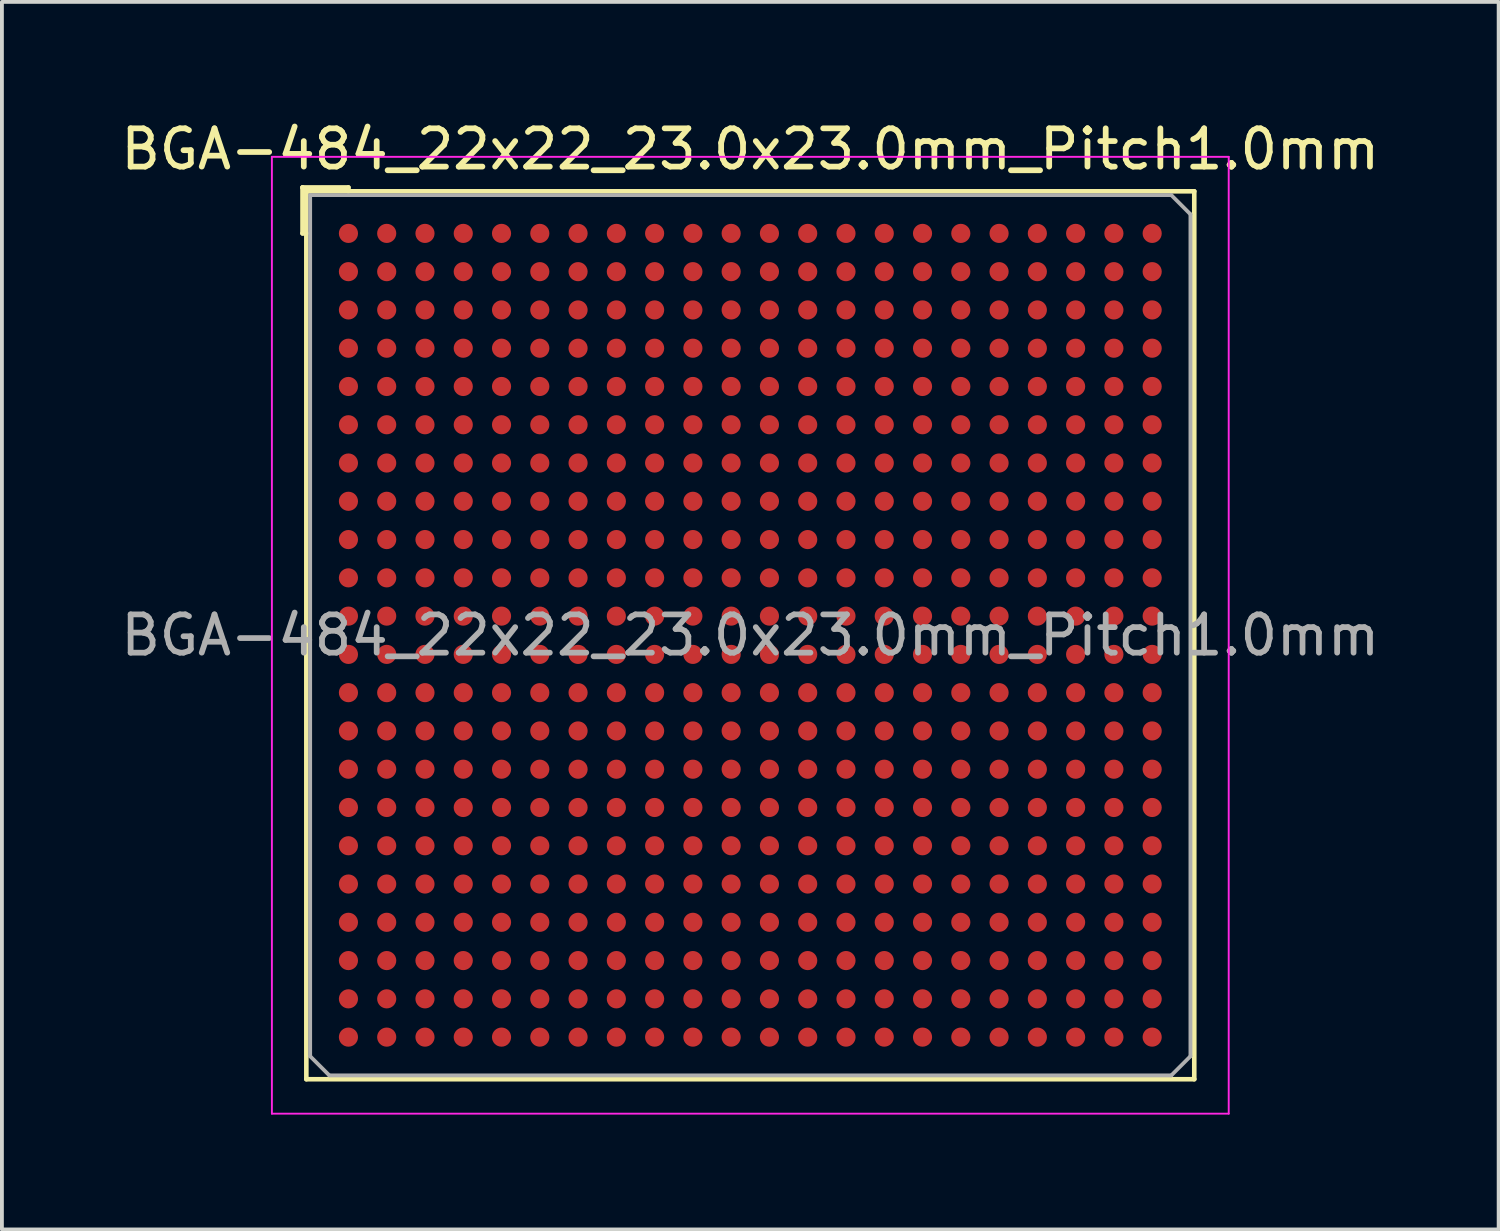
<source format=kicad_pcb>
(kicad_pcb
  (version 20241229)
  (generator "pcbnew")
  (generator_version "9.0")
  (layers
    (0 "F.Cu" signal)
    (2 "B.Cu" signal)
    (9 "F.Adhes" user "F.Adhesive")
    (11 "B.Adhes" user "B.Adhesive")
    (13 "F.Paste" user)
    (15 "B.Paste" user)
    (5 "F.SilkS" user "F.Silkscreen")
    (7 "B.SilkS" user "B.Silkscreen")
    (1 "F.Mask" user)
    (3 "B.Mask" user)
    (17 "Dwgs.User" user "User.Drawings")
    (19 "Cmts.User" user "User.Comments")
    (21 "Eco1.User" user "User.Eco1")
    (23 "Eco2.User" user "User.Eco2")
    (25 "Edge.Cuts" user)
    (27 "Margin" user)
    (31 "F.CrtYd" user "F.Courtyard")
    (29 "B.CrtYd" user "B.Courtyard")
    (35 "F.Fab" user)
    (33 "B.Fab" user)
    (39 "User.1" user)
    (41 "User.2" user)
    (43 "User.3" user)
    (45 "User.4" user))
  (footprint "BGA-484_22x22_23.0x23.0mm_Pitch1.0mm"
    (layer "F.Cu")
    (at 16.554 13.548)
    (property "Reference" "BGA-484_22x22_23.0x23.0mm_Pitch1.0mm" (at 0 -12.7 0) (layer "F.SilkS") (effects (font (size 1 1) (thickness 0.15))))
    (attr smd)
    (fp_line (start -11.7 -11.7) (end -11.7 -10.5) (stroke (width 0.12) (type solid)) (layer "F.SilkS"))
    (fp_line (start -11.7 -11.7) (end -11.6 -11.6) (stroke (width 0.12) (type solid)) (layer "F.SilkS"))
    (fp_line (start -11.7 -10.5) (end -11.6 -10.5) (stroke (width 0.12) (type solid)) (layer "F.SilkS"))
    (fp_line (start -11.6 -11.6) (end 11.6 -11.6) (stroke (width 0.12) (type solid)) (layer "F.SilkS"))
    (fp_line (start -11.6 11.6) (end -11.6 -11.6) (stroke (width 0.12) (type solid)) (layer "F.SilkS"))
    (fp_line (start -10.5 -11.7) (end -11.7 -11.7) (stroke (width 0.12) (type solid)) (layer "F.SilkS"))
    (fp_line (start -10.5 -11.6) (end -10.5 -11.7) (stroke (width 0.12) (type solid)) (layer "F.SilkS"))
    (fp_line (start 11.6 -11.6) (end 11.6 11.6) (stroke (width 0.12) (type solid)) (layer "F.SilkS"))
    (fp_line (start 11.6 11.6) (end -11.6 11.6) (stroke (width 0.12) (type solid)) (layer "F.SilkS"))
    (fp_line (start -12.5 -12.5) (end -12.5 12.5) (stroke (width 0.05) (type solid)) (layer "F.CrtYd"))
    (fp_line (start -12.5 -12.5) (end 12.5 -12.5) (stroke (width 0.05) (type solid)) (layer "F.CrtYd"))
    (fp_line (start 12.5 12.5) (end -12.5 12.5) (stroke (width 0.05) (type solid)) (layer "F.CrtYd"))
    (fp_line (start 12.5 12.5) (end 12.5 -12.5) (stroke (width 0.05) (type solid)) (layer "F.CrtYd"))
    (fp_line (start -11.5 -11.5) (end 11 -11.5) (stroke (width 0.1) (type solid)) (layer "F.Fab"))
    (fp_line (start -11.5 11) (end -11.5 -11.5) (stroke (width 0.1) (type solid)) (layer "F.Fab"))
    (fp_line (start -11 11.5) (end -11.5 11) (stroke (width 0.1) (type solid)) (layer "F.Fab"))
    (fp_line (start 11 -11.5) (end 11.5 -11) (stroke (width 0.1) (type solid)) (layer "F.Fab"))
    (fp_line (start 11 11.5) (end -11 11.5) (stroke (width 0.1) (type solid)) (layer "F.Fab"))
    (fp_line (start 11.5 -11) (end 11.5 11) (stroke (width 0.1) (type solid)) (layer "F.Fab"))
    (fp_line (start 11.5 11) (end 11 11.5) (stroke (width 0.1) (type solid)) (layer "F.Fab"))
    (fp_text user "${REFERENCE}" (at 0 0 0) (layer "F.Fab") (effects (font (size 1 1) (thickness 0.15))))
    (pad "A1" smd circle (at -10.5 -10.5) (size 0.5 0.5) (layers "F.Cu" "F.Mask" "F.Paste"))
    (pad "A2" smd circle (at -9.5 -10.5) (size 0.5 0.5) (layers "F.Cu" "F.Mask" "F.Paste"))
    (pad "A3" smd circle (at -8.5 -10.5) (size 0.5 0.5) (layers "F.Cu" "F.Mask" "F.Paste"))
    (pad "A4" smd circle (at -7.5 -10.5) (size 0.5 0.5) (layers "F.Cu" "F.Mask" "F.Paste"))
    (pad "A5" smd circle (at -6.5 -10.5) (size 0.5 0.5) (layers "F.Cu" "F.Mask" "F.Paste"))
    (pad "A6" smd circle (at -5.5 -10.5) (size 0.5 0.5) (layers "F.Cu" "F.Mask" "F.Paste"))
    (pad "A7" smd circle (at -4.5 -10.5) (size 0.5 0.5) (layers "F.Cu" "F.Mask" "F.Paste"))
    (pad "A8" smd circle (at -3.5 -10.5) (size 0.5 0.5) (layers "F.Cu" "F.Mask" "F.Paste"))
    (pad "A9" smd circle (at -2.5 -10.5) (size 0.5 0.5) (layers "F.Cu" "F.Mask" "F.Paste"))
    (pad "A10" smd circle (at -1.5 -10.5) (size 0.5 0.5) (layers "F.Cu" "F.Mask" "F.Paste"))
    (pad "A11" smd circle (at -0.5 -10.5) (size 0.5 0.5) (layers "F.Cu" "F.Mask" "F.Paste"))
    (pad "A12" smd circle (at 0.5 -10.5) (size 0.5 0.5) (layers "F.Cu" "F.Mask" "F.Paste"))
    (pad "A13" smd circle (at 1.5 -10.5) (size 0.5 0.5) (layers "F.Cu" "F.Mask" "F.Paste"))
    (pad "A14" smd circle (at 2.5 -10.5) (size 0.5 0.5) (layers "F.Cu" "F.Mask" "F.Paste"))
    (pad "A15" smd circle (at 3.5 -10.5) (size 0.5 0.5) (layers "F.Cu" "F.Mask" "F.Paste"))
    (pad "A16" smd circle (at 4.5 -10.5) (size 0.5 0.5) (layers "F.Cu" "F.Mask" "F.Paste"))
    (pad "A17" smd circle (at 5.5 -10.5) (size 0.5 0.5) (layers "F.Cu" "F.Mask" "F.Paste"))
    (pad "A18" smd circle (at 6.5 -10.5) (size 0.5 0.5) (layers "F.Cu" "F.Mask" "F.Paste"))
    (pad "A19" smd circle (at 7.5 -10.5) (size 0.5 0.5) (layers "F.Cu" "F.Mask" "F.Paste"))
    (pad "A20" smd circle (at 8.5 -10.5) (size 0.5 0.5) (layers "F.Cu" "F.Mask" "F.Paste"))
    (pad "A21" smd circle (at 9.5 -10.5) (size 0.5 0.5) (layers "F.Cu" "F.Mask" "F.Paste"))
    (pad "A22" smd circle (at 10.5 -10.5) (size 0.5 0.5) (layers "F.Cu" "F.Mask" "F.Paste"))
    (pad "AA1" smd circle (at -10.5 9.5) (size 0.5 0.5) (layers "F.Cu" "F.Mask" "F.Paste"))
    (pad "AA2" smd circle (at -9.5 9.5) (size 0.5 0.5) (layers "F.Cu" "F.Mask" "F.Paste"))
    (pad "AA3" smd circle (at -8.5 9.5) (size 0.5 0.5) (layers "F.Cu" "F.Mask" "F.Paste"))
    (pad "AA4" smd circle (at -7.5 9.5) (size 0.5 0.5) (layers "F.Cu" "F.Mask" "F.Paste"))
    (pad "AA5" smd circle (at -6.5 9.5) (size 0.5 0.5) (layers "F.Cu" "F.Mask" "F.Paste"))
    (pad "AA6" smd circle (at -5.5 9.5) (size 0.5 0.5) (layers "F.Cu" "F.Mask" "F.Paste"))
    (pad "AA7" smd circle (at -4.5 9.5) (size 0.5 0.5) (layers "F.Cu" "F.Mask" "F.Paste"))
    (pad "AA8" smd circle (at -3.5 9.5) (size 0.5 0.5) (layers "F.Cu" "F.Mask" "F.Paste"))
    (pad "AA9" smd circle (at -2.5 9.5) (size 0.5 0.5) (layers "F.Cu" "F.Mask" "F.Paste"))
    (pad "AA10" smd circle (at -1.5 9.5) (size 0.5 0.5) (layers "F.Cu" "F.Mask" "F.Paste"))
    (pad "AA11" smd circle (at -0.5 9.5) (size 0.5 0.5) (layers "F.Cu" "F.Mask" "F.Paste"))
    (pad "AA12" smd circle (at 0.5 9.5) (size 0.5 0.5) (layers "F.Cu" "F.Mask" "F.Paste"))
    (pad "AA13" smd circle (at 1.5 9.5) (size 0.5 0.5) (layers "F.Cu" "F.Mask" "F.Paste"))
    (pad "AA14" smd circle (at 2.5 9.5) (size 0.5 0.5) (layers "F.Cu" "F.Mask" "F.Paste"))
    (pad "AA15" smd circle (at 3.5 9.5) (size 0.5 0.5) (layers "F.Cu" "F.Mask" "F.Paste"))
    (pad "AA16" smd circle (at 4.5 9.5) (size 0.5 0.5) (layers "F.Cu" "F.Mask" "F.Paste"))
    (pad "AA17" smd circle (at 5.5 9.5) (size 0.5 0.5) (layers "F.Cu" "F.Mask" "F.Paste"))
    (pad "AA18" smd circle (at 6.5 9.5) (size 0.5 0.5) (layers "F.Cu" "F.Mask" "F.Paste"))
    (pad "AA19" smd circle (at 7.5 9.5) (size 0.5 0.5) (layers "F.Cu" "F.Mask" "F.Paste"))
    (pad "AA20" smd circle (at 8.5 9.5) (size 0.5 0.5) (layers "F.Cu" "F.Mask" "F.Paste"))
    (pad "AA21" smd circle (at 9.5 9.5) (size 0.5 0.5) (layers "F.Cu" "F.Mask" "F.Paste"))
    (pad "AA22" smd circle (at 10.5 9.5) (size 0.5 0.5) (layers "F.Cu" "F.Mask" "F.Paste"))
    (pad "AB1" smd circle (at -10.5 10.5) (size 0.5 0.5) (layers "F.Cu" "F.Mask" "F.Paste"))
    (pad "AB2" smd circle (at -9.5 10.5) (size 0.5 0.5) (layers "F.Cu" "F.Mask" "F.Paste"))
    (pad "AB3" smd circle (at -8.5 10.5) (size 0.5 0.5) (layers "F.Cu" "F.Mask" "F.Paste"))
    (pad "AB4" smd circle (at -7.5 10.5) (size 0.5 0.5) (layers "F.Cu" "F.Mask" "F.Paste"))
    (pad "AB5" smd circle (at -6.5 10.5) (size 0.5 0.5) (layers "F.Cu" "F.Mask" "F.Paste"))
    (pad "AB6" smd circle (at -5.5 10.5) (size 0.5 0.5) (layers "F.Cu" "F.Mask" "F.Paste"))
    (pad "AB7" smd circle (at -4.5 10.5) (size 0.5 0.5) (layers "F.Cu" "F.Mask" "F.Paste"))
    (pad "AB8" smd circle (at -3.5 10.5) (size 0.5 0.5) (layers "F.Cu" "F.Mask" "F.Paste"))
    (pad "AB9" smd circle (at -2.5 10.5) (size 0.5 0.5) (layers "F.Cu" "F.Mask" "F.Paste"))
    (pad "AB10" smd circle (at -1.5 10.5) (size 0.5 0.5) (layers "F.Cu" "F.Mask" "F.Paste"))
    (pad "AB11" smd circle (at -0.5 10.5) (size 0.5 0.5) (layers "F.Cu" "F.Mask" "F.Paste"))
    (pad "AB12" smd circle (at 0.5 10.5) (size 0.5 0.5) (layers "F.Cu" "F.Mask" "F.Paste"))
    (pad "AB13" smd circle (at 1.5 10.5) (size 0.5 0.5) (layers "F.Cu" "F.Mask" "F.Paste"))
    (pad "AB14" smd circle (at 2.5 10.5) (size 0.5 0.5) (layers "F.Cu" "F.Mask" "F.Paste"))
    (pad "AB15" smd circle (at 3.5 10.5) (size 0.5 0.5) (layers "F.Cu" "F.Mask" "F.Paste"))
    (pad "AB16" smd circle (at 4.5 10.5) (size 0.5 0.5) (layers "F.Cu" "F.Mask" "F.Paste"))
    (pad "AB17" smd circle (at 5.5 10.5) (size 0.5 0.5) (layers "F.Cu" "F.Mask" "F.Paste"))
    (pad "AB18" smd circle (at 6.5 10.5) (size 0.5 0.5) (layers "F.Cu" "F.Mask" "F.Paste"))
    (pad "AB19" smd circle (at 7.5 10.5) (size 0.5 0.5) (layers "F.Cu" "F.Mask" "F.Paste"))
    (pad "AB20" smd circle (at 8.5 10.5) (size 0.5 0.5) (layers "F.Cu" "F.Mask" "F.Paste"))
    (pad "AB21" smd circle (at 9.5 10.5) (size 0.5 0.5) (layers "F.Cu" "F.Mask" "F.Paste"))
    (pad "AB22" smd circle (at 10.5 10.5) (size 0.5 0.5) (layers "F.Cu" "F.Mask" "F.Paste"))
    (pad "B1" smd circle (at -10.5 -9.5) (size 0.5 0.5) (layers "F.Cu" "F.Mask" "F.Paste"))
    (pad "B2" smd circle (at -9.5 -9.5) (size 0.5 0.5) (layers "F.Cu" "F.Mask" "F.Paste"))
    (pad "B3" smd circle (at -8.5 -9.5) (size 0.5 0.5) (layers "F.Cu" "F.Mask" "F.Paste"))
    (pad "B4" smd circle (at -7.5 -9.5) (size 0.5 0.5) (layers "F.Cu" "F.Mask" "F.Paste"))
    (pad "B5" smd circle (at -6.5 -9.5) (size 0.5 0.5) (layers "F.Cu" "F.Mask" "F.Paste"))
    (pad "B6" smd circle (at -5.5 -9.5) (size 0.5 0.5) (layers "F.Cu" "F.Mask" "F.Paste"))
    (pad "B7" smd circle (at -4.5 -9.5) (size 0.5 0.5) (layers "F.Cu" "F.Mask" "F.Paste"))
    (pad "B8" smd circle (at -3.5 -9.5) (size 0.5 0.5) (layers "F.Cu" "F.Mask" "F.Paste"))
    (pad "B9" smd circle (at -2.5 -9.5) (size 0.5 0.5) (layers "F.Cu" "F.Mask" "F.Paste"))
    (pad "B10" smd circle (at -1.5 -9.5) (size 0.5 0.5) (layers "F.Cu" "F.Mask" "F.Paste"))
    (pad "B11" smd circle (at -0.5 -9.5) (size 0.5 0.5) (layers "F.Cu" "F.Mask" "F.Paste"))
    (pad "B12" smd circle (at 0.5 -9.5) (size 0.5 0.5) (layers "F.Cu" "F.Mask" "F.Paste"))
    (pad "B13" smd circle (at 1.5 -9.5) (size 0.5 0.5) (layers "F.Cu" "F.Mask" "F.Paste"))
    (pad "B14" smd circle (at 2.5 -9.5) (size 0.5 0.5) (layers "F.Cu" "F.Mask" "F.Paste"))
    (pad "B15" smd circle (at 3.5 -9.5) (size 0.5 0.5) (layers "F.Cu" "F.Mask" "F.Paste"))
    (pad "B16" smd circle (at 4.5 -9.5) (size 0.5 0.5) (layers "F.Cu" "F.Mask" "F.Paste"))
    (pad "B17" smd circle (at 5.5 -9.5) (size 0.5 0.5) (layers "F.Cu" "F.Mask" "F.Paste"))
    (pad "B18" smd circle (at 6.5 -9.5) (size 0.5 0.5) (layers "F.Cu" "F.Mask" "F.Paste"))
    (pad "B19" smd circle (at 7.5 -9.5) (size 0.5 0.5) (layers "F.Cu" "F.Mask" "F.Paste"))
    (pad "B20" smd circle (at 8.5 -9.5) (size 0.5 0.5) (layers "F.Cu" "F.Mask" "F.Paste"))
    (pad "B21" smd circle (at 9.5 -9.5) (size 0.5 0.5) (layers "F.Cu" "F.Mask" "F.Paste"))
    (pad "B22" smd circle (at 10.5 -9.5) (size 0.5 0.5) (layers "F.Cu" "F.Mask" "F.Paste"))
    (pad "C1" smd circle (at -10.5 -8.5) (size 0.5 0.5) (layers "F.Cu" "F.Mask" "F.Paste"))
    (pad "C2" smd circle (at -9.5 -8.5) (size 0.5 0.5) (layers "F.Cu" "F.Mask" "F.Paste"))
    (pad "C3" smd circle (at -8.5 -8.5) (size 0.5 0.5) (layers "F.Cu" "F.Mask" "F.Paste"))
    (pad "C4" smd circle (at -7.5 -8.5) (size 0.5 0.5) (layers "F.Cu" "F.Mask" "F.Paste"))
    (pad "C5" smd circle (at -6.5 -8.5) (size 0.5 0.5) (layers "F.Cu" "F.Mask" "F.Paste"))
    (pad "C6" smd circle (at -5.5 -8.5) (size 0.5 0.5) (layers "F.Cu" "F.Mask" "F.Paste"))
    (pad "C7" smd circle (at -4.5 -8.5) (size 0.5 0.5) (layers "F.Cu" "F.Mask" "F.Paste"))
    (pad "C8" smd circle (at -3.5 -8.5) (size 0.5 0.5) (layers "F.Cu" "F.Mask" "F.Paste"))
    (pad "C9" smd circle (at -2.5 -8.5) (size 0.5 0.5) (layers "F.Cu" "F.Mask" "F.Paste"))
    (pad "C10" smd circle (at -1.5 -8.5) (size 0.5 0.5) (layers "F.Cu" "F.Mask" "F.Paste"))
    (pad "C11" smd circle (at -0.5 -8.5) (size 0.5 0.5) (layers "F.Cu" "F.Mask" "F.Paste"))
    (pad "C12" smd circle (at 0.5 -8.5) (size 0.5 0.5) (layers "F.Cu" "F.Mask" "F.Paste"))
    (pad "C13" smd circle (at 1.5 -8.5) (size 0.5 0.5) (layers "F.Cu" "F.Mask" "F.Paste"))
    (pad "C14" smd circle (at 2.5 -8.5) (size 0.5 0.5) (layers "F.Cu" "F.Mask" "F.Paste"))
    (pad "C15" smd circle (at 3.5 -8.5) (size 0.5 0.5) (layers "F.Cu" "F.Mask" "F.Paste"))
    (pad "C16" smd circle (at 4.5 -8.5) (size 0.5 0.5) (layers "F.Cu" "F.Mask" "F.Paste"))
    (pad "C17" smd circle (at 5.5 -8.5) (size 0.5 0.5) (layers "F.Cu" "F.Mask" "F.Paste"))
    (pad "C18" smd circle (at 6.5 -8.5) (size 0.5 0.5) (layers "F.Cu" "F.Mask" "F.Paste"))
    (pad "C19" smd circle (at 7.5 -8.5) (size 0.5 0.5) (layers "F.Cu" "F.Mask" "F.Paste"))
    (pad "C20" smd circle (at 8.5 -8.5) (size 0.5 0.5) (layers "F.Cu" "F.Mask" "F.Paste"))
    (pad "C21" smd circle (at 9.5 -8.5) (size 0.5 0.5) (layers "F.Cu" "F.Mask" "F.Paste"))
    (pad "C22" smd circle (at 10.5 -8.5) (size 0.5 0.5) (layers "F.Cu" "F.Mask" "F.Paste"))
    (pad "D1" smd circle (at -10.5 -7.5) (size 0.5 0.5) (layers "F.Cu" "F.Mask" "F.Paste"))
    (pad "D2" smd circle (at -9.5 -7.5) (size 0.5 0.5) (layers "F.Cu" "F.Mask" "F.Paste"))
    (pad "D3" smd circle (at -8.5 -7.5) (size 0.5 0.5) (layers "F.Cu" "F.Mask" "F.Paste"))
    (pad "D4" smd circle (at -7.5 -7.5) (size 0.5 0.5) (layers "F.Cu" "F.Mask" "F.Paste"))
    (pad "D5" smd circle (at -6.5 -7.5) (size 0.5 0.5) (layers "F.Cu" "F.Mask" "F.Paste"))
    (pad "D6" smd circle (at -5.5 -7.5) (size 0.5 0.5) (layers "F.Cu" "F.Mask" "F.Paste"))
    (pad "D7" smd circle (at -4.5 -7.5) (size 0.5 0.5) (layers "F.Cu" "F.Mask" "F.Paste"))
    (pad "D8" smd circle (at -3.5 -7.5) (size 0.5 0.5) (layers "F.Cu" "F.Mask" "F.Paste"))
    (pad "D9" smd circle (at -2.5 -7.5) (size 0.5 0.5) (layers "F.Cu" "F.Mask" "F.Paste"))
    (pad "D10" smd circle (at -1.5 -7.5) (size 0.5 0.5) (layers "F.Cu" "F.Mask" "F.Paste"))
    (pad "D11" smd circle (at -0.5 -7.5) (size 0.5 0.5) (layers "F.Cu" "F.Mask" "F.Paste"))
    (pad "D12" smd circle (at 0.5 -7.5) (size 0.5 0.5) (layers "F.Cu" "F.Mask" "F.Paste"))
    (pad "D13" smd circle (at 1.5 -7.5) (size 0.5 0.5) (layers "F.Cu" "F.Mask" "F.Paste"))
    (pad "D14" smd circle (at 2.5 -7.5) (size 0.5 0.5) (layers "F.Cu" "F.Mask" "F.Paste"))
    (pad "D15" smd circle (at 3.5 -7.5) (size 0.5 0.5) (layers "F.Cu" "F.Mask" "F.Paste"))
    (pad "D16" smd circle (at 4.5 -7.5) (size 0.5 0.5) (layers "F.Cu" "F.Mask" "F.Paste"))
    (pad "D17" smd circle (at 5.5 -7.5) (size 0.5 0.5) (layers "F.Cu" "F.Mask" "F.Paste"))
    (pad "D18" smd circle (at 6.5 -7.5) (size 0.5 0.5) (layers "F.Cu" "F.Mask" "F.Paste"))
    (pad "D19" smd circle (at 7.5 -7.5) (size 0.5 0.5) (layers "F.Cu" "F.Mask" "F.Paste"))
    (pad "D20" smd circle (at 8.5 -7.5) (size 0.5 0.5) (layers "F.Cu" "F.Mask" "F.Paste"))
    (pad "D21" smd circle (at 9.5 -7.5) (size 0.5 0.5) (layers "F.Cu" "F.Mask" "F.Paste"))
    (pad "D22" smd circle (at 10.5 -7.5) (size 0.5 0.5) (layers "F.Cu" "F.Mask" "F.Paste"))
    (pad "E1" smd circle (at -10.5 -6.5) (size 0.5 0.5) (layers "F.Cu" "F.Mask" "F.Paste"))
    (pad "E2" smd circle (at -9.5 -6.5) (size 0.5 0.5) (layers "F.Cu" "F.Mask" "F.Paste"))
    (pad "E3" smd circle (at -8.5 -6.5) (size 0.5 0.5) (layers "F.Cu" "F.Mask" "F.Paste"))
    (pad "E4" smd circle (at -7.5 -6.5) (size 0.5 0.5) (layers "F.Cu" "F.Mask" "F.Paste"))
    (pad "E5" smd circle (at -6.5 -6.5) (size 0.5 0.5) (layers "F.Cu" "F.Mask" "F.Paste"))
    (pad "E6" smd circle (at -5.5 -6.5) (size 0.5 0.5) (layers "F.Cu" "F.Mask" "F.Paste"))
    (pad "E7" smd circle (at -4.5 -6.5) (size 0.5 0.5) (layers "F.Cu" "F.Mask" "F.Paste"))
    (pad "E8" smd circle (at -3.5 -6.5) (size 0.5 0.5) (layers "F.Cu" "F.Mask" "F.Paste"))
    (pad "E9" smd circle (at -2.5 -6.5) (size 0.5 0.5) (layers "F.Cu" "F.Mask" "F.Paste"))
    (pad "E10" smd circle (at -1.5 -6.5) (size 0.5 0.5) (layers "F.Cu" "F.Mask" "F.Paste"))
    (pad "E11" smd circle (at -0.5 -6.5) (size 0.5 0.5) (layers "F.Cu" "F.Mask" "F.Paste"))
    (pad "E12" smd circle (at 0.5 -6.5) (size 0.5 0.5) (layers "F.Cu" "F.Mask" "F.Paste"))
    (pad "E13" smd circle (at 1.5 -6.5) (size 0.5 0.5) (layers "F.Cu" "F.Mask" "F.Paste"))
    (pad "E14" smd circle (at 2.5 -6.5) (size 0.5 0.5) (layers "F.Cu" "F.Mask" "F.Paste"))
    (pad "E15" smd circle (at 3.5 -6.5) (size 0.5 0.5) (layers "F.Cu" "F.Mask" "F.Paste"))
    (pad "E16" smd circle (at 4.5 -6.5) (size 0.5 0.5) (layers "F.Cu" "F.Mask" "F.Paste"))
    (pad "E17" smd circle (at 5.5 -6.5) (size 0.5 0.5) (layers "F.Cu" "F.Mask" "F.Paste"))
    (pad "E18" smd circle (at 6.5 -6.5) (size 0.5 0.5) (layers "F.Cu" "F.Mask" "F.Paste"))
    (pad "E19" smd circle (at 7.5 -6.5) (size 0.5 0.5) (layers "F.Cu" "F.Mask" "F.Paste"))
    (pad "E20" smd circle (at 8.5 -6.5) (size 0.5 0.5) (layers "F.Cu" "F.Mask" "F.Paste"))
    (pad "E21" smd circle (at 9.5 -6.5) (size 0.5 0.5) (layers "F.Cu" "F.Mask" "F.Paste"))
    (pad "E22" smd circle (at 10.5 -6.5) (size 0.5 0.5) (layers "F.Cu" "F.Mask" "F.Paste"))
    (pad "F1" smd circle (at -10.5 -5.5) (size 0.5 0.5) (layers "F.Cu" "F.Mask" "F.Paste"))
    (pad "F2" smd circle (at -9.5 -5.5) (size 0.5 0.5) (layers "F.Cu" "F.Mask" "F.Paste"))
    (pad "F3" smd circle (at -8.5 -5.5) (size 0.5 0.5) (layers "F.Cu" "F.Mask" "F.Paste"))
    (pad "F4" smd circle (at -7.5 -5.5) (size 0.5 0.5) (layers "F.Cu" "F.Mask" "F.Paste"))
    (pad "F5" smd circle (at -6.5 -5.5) (size 0.5 0.5) (layers "F.Cu" "F.Mask" "F.Paste"))
    (pad "F6" smd circle (at -5.5 -5.5) (size 0.5 0.5) (layers "F.Cu" "F.Mask" "F.Paste"))
    (pad "F7" smd circle (at -4.5 -5.5) (size 0.5 0.5) (layers "F.Cu" "F.Mask" "F.Paste"))
    (pad "F8" smd circle (at -3.5 -5.5) (size 0.5 0.5) (layers "F.Cu" "F.Mask" "F.Paste"))
    (pad "F9" smd circle (at -2.5 -5.5) (size 0.5 0.5) (layers "F.Cu" "F.Mask" "F.Paste"))
    (pad "F10" smd circle (at -1.5 -5.5) (size 0.5 0.5) (layers "F.Cu" "F.Mask" "F.Paste"))
    (pad "F11" smd circle (at -0.5 -5.5) (size 0.5 0.5) (layers "F.Cu" "F.Mask" "F.Paste"))
    (pad "F12" smd circle (at 0.5 -5.5) (size 0.5 0.5) (layers "F.Cu" "F.Mask" "F.Paste"))
    (pad "F13" smd circle (at 1.5 -5.5) (size 0.5 0.5) (layers "F.Cu" "F.Mask" "F.Paste"))
    (pad "F14" smd circle (at 2.5 -5.5) (size 0.5 0.5) (layers "F.Cu" "F.Mask" "F.Paste"))
    (pad "F15" smd circle (at 3.5 -5.5) (size 0.5 0.5) (layers "F.Cu" "F.Mask" "F.Paste"))
    (pad "F16" smd circle (at 4.5 -5.5) (size 0.5 0.5) (layers "F.Cu" "F.Mask" "F.Paste"))
    (pad "F17" smd circle (at 5.5 -5.5) (size 0.5 0.5) (layers "F.Cu" "F.Mask" "F.Paste"))
    (pad "F18" smd circle (at 6.5 -5.5) (size 0.5 0.5) (layers "F.Cu" "F.Mask" "F.Paste"))
    (pad "F19" smd circle (at 7.5 -5.5) (size 0.5 0.5) (layers "F.Cu" "F.Mask" "F.Paste"))
    (pad "F20" smd circle (at 8.5 -5.5) (size 0.5 0.5) (layers "F.Cu" "F.Mask" "F.Paste"))
    (pad "F21" smd circle (at 9.5 -5.5) (size 0.5 0.5) (layers "F.Cu" "F.Mask" "F.Paste"))
    (pad "F22" smd circle (at 10.5 -5.5) (size 0.5 0.5) (layers "F.Cu" "F.Mask" "F.Paste"))
    (pad "G1" smd circle (at -10.5 -4.5) (size 0.5 0.5) (layers "F.Cu" "F.Mask" "F.Paste"))
    (pad "G2" smd circle (at -9.5 -4.5) (size 0.5 0.5) (layers "F.Cu" "F.Mask" "F.Paste"))
    (pad "G3" smd circle (at -8.5 -4.5) (size 0.5 0.5) (layers "F.Cu" "F.Mask" "F.Paste"))
    (pad "G4" smd circle (at -7.5 -4.5) (size 0.5 0.5) (layers "F.Cu" "F.Mask" "F.Paste"))
    (pad "G5" smd circle (at -6.5 -4.5) (size 0.5 0.5) (layers "F.Cu" "F.Mask" "F.Paste"))
    (pad "G6" smd circle (at -5.5 -4.5) (size 0.5 0.5) (layers "F.Cu" "F.Mask" "F.Paste"))
    (pad "G7" smd circle (at -4.5 -4.5) (size 0.5 0.5) (layers "F.Cu" "F.Mask" "F.Paste"))
    (pad "G8" smd circle (at -3.5 -4.5) (size 0.5 0.5) (layers "F.Cu" "F.Mask" "F.Paste"))
    (pad "G9" smd circle (at -2.5 -4.5) (size 0.5 0.5) (layers "F.Cu" "F.Mask" "F.Paste"))
    (pad "G10" smd circle (at -1.5 -4.5) (size 0.5 0.5) (layers "F.Cu" "F.Mask" "F.Paste"))
    (pad "G11" smd circle (at -0.5 -4.5) (size 0.5 0.5) (layers "F.Cu" "F.Mask" "F.Paste"))
    (pad "G12" smd circle (at 0.5 -4.5) (size 0.5 0.5) (layers "F.Cu" "F.Mask" "F.Paste"))
    (pad "G13" smd circle (at 1.5 -4.5) (size 0.5 0.5) (layers "F.Cu" "F.Mask" "F.Paste"))
    (pad "G14" smd circle (at 2.5 -4.5) (size 0.5 0.5) (layers "F.Cu" "F.Mask" "F.Paste"))
    (pad "G15" smd circle (at 3.5 -4.5) (size 0.5 0.5) (layers "F.Cu" "F.Mask" "F.Paste"))
    (pad "G16" smd circle (at 4.5 -4.5) (size 0.5 0.5) (layers "F.Cu" "F.Mask" "F.Paste"))
    (pad "G17" smd circle (at 5.5 -4.5) (size 0.5 0.5) (layers "F.Cu" "F.Mask" "F.Paste"))
    (pad "G18" smd circle (at 6.5 -4.5) (size 0.5 0.5) (layers "F.Cu" "F.Mask" "F.Paste"))
    (pad "G19" smd circle (at 7.5 -4.5) (size 0.5 0.5) (layers "F.Cu" "F.Mask" "F.Paste"))
    (pad "G20" smd circle (at 8.5 -4.5) (size 0.5 0.5) (layers "F.Cu" "F.Mask" "F.Paste"))
    (pad "G21" smd circle (at 9.5 -4.5) (size 0.5 0.5) (layers "F.Cu" "F.Mask" "F.Paste"))
    (pad "G22" smd circle (at 10.5 -4.5) (size 0.5 0.5) (layers "F.Cu" "F.Mask" "F.Paste"))
    (pad "H1" smd circle (at -10.5 -3.5) (size 0.5 0.5) (layers "F.Cu" "F.Mask" "F.Paste"))
    (pad "H2" smd circle (at -9.5 -3.5) (size 0.5 0.5) (layers "F.Cu" "F.Mask" "F.Paste"))
    (pad "H3" smd circle (at -8.5 -3.5) (size 0.5 0.5) (layers "F.Cu" "F.Mask" "F.Paste"))
    (pad "H4" smd circle (at -7.5 -3.5) (size 0.5 0.5) (layers "F.Cu" "F.Mask" "F.Paste"))
    (pad "H5" smd circle (at -6.5 -3.5) (size 0.5 0.5) (layers "F.Cu" "F.Mask" "F.Paste"))
    (pad "H6" smd circle (at -5.5 -3.5) (size 0.5 0.5) (layers "F.Cu" "F.Mask" "F.Paste"))
    (pad "H7" smd circle (at -4.5 -3.5) (size 0.5 0.5) (layers "F.Cu" "F.Mask" "F.Paste"))
    (pad "H8" smd circle (at -3.5 -3.5) (size 0.5 0.5) (layers "F.Cu" "F.Mask" "F.Paste"))
    (pad "H9" smd circle (at -2.5 -3.5) (size 0.5 0.5) (layers "F.Cu" "F.Mask" "F.Paste"))
    (pad "H10" smd circle (at -1.5 -3.5) (size 0.5 0.5) (layers "F.Cu" "F.Mask" "F.Paste"))
    (pad "H11" smd circle (at -0.5 -3.5) (size 0.5 0.5) (layers "F.Cu" "F.Mask" "F.Paste"))
    (pad "H12" smd circle (at 0.5 -3.5) (size 0.5 0.5) (layers "F.Cu" "F.Mask" "F.Paste"))
    (pad "H13" smd circle (at 1.5 -3.5) (size 0.5 0.5) (layers "F.Cu" "F.Mask" "F.Paste"))
    (pad "H14" smd circle (at 2.5 -3.5) (size 0.5 0.5) (layers "F.Cu" "F.Mask" "F.Paste"))
    (pad "H15" smd circle (at 3.5 -3.5) (size 0.5 0.5) (layers "F.Cu" "F.Mask" "F.Paste"))
    (pad "H16" smd circle (at 4.5 -3.5) (size 0.5 0.5) (layers "F.Cu" "F.Mask" "F.Paste"))
    (pad "H17" smd circle (at 5.5 -3.5) (size 0.5 0.5) (layers "F.Cu" "F.Mask" "F.Paste"))
    (pad "H18" smd circle (at 6.5 -3.5) (size 0.5 0.5) (layers "F.Cu" "F.Mask" "F.Paste"))
    (pad "H19" smd circle (at 7.5 -3.5) (size 0.5 0.5) (layers "F.Cu" "F.Mask" "F.Paste"))
    (pad "H20" smd circle (at 8.5 -3.5) (size 0.5 0.5) (layers "F.Cu" "F.Mask" "F.Paste"))
    (pad "H21" smd circle (at 9.5 -3.5) (size 0.5 0.5) (layers "F.Cu" "F.Mask" "F.Paste"))
    (pad "H22" smd circle (at 10.5 -3.5) (size 0.5 0.5) (layers "F.Cu" "F.Mask" "F.Paste"))
    (pad "J1" smd circle (at -10.5 -2.5) (size 0.5 0.5) (layers "F.Cu" "F.Mask" "F.Paste"))
    (pad "J2" smd circle (at -9.5 -2.5) (size 0.5 0.5) (layers "F.Cu" "F.Mask" "F.Paste"))
    (pad "J3" smd circle (at -8.5 -2.5) (size 0.5 0.5) (layers "F.Cu" "F.Mask" "F.Paste"))
    (pad "J4" smd circle (at -7.5 -2.5) (size 0.5 0.5) (layers "F.Cu" "F.Mask" "F.Paste"))
    (pad "J5" smd circle (at -6.5 -2.5) (size 0.5 0.5) (layers "F.Cu" "F.Mask" "F.Paste"))
    (pad "J6" smd circle (at -5.5 -2.5) (size 0.5 0.5) (layers "F.Cu" "F.Mask" "F.Paste"))
    (pad "J7" smd circle (at -4.5 -2.5) (size 0.5 0.5) (layers "F.Cu" "F.Mask" "F.Paste"))
    (pad "J8" smd circle (at -3.5 -2.5) (size 0.5 0.5) (layers "F.Cu" "F.Mask" "F.Paste"))
    (pad "J9" smd circle (at -2.5 -2.5) (size 0.5 0.5) (layers "F.Cu" "F.Mask" "F.Paste"))
    (pad "J10" smd circle (at -1.5 -2.5) (size 0.5 0.5) (layers "F.Cu" "F.Mask" "F.Paste"))
    (pad "J11" smd circle (at -0.5 -2.5) (size 0.5 0.5) (layers "F.Cu" "F.Mask" "F.Paste"))
    (pad "J12" smd circle (at 0.5 -2.5) (size 0.5 0.5) (layers "F.Cu" "F.Mask" "F.Paste"))
    (pad "J13" smd circle (at 1.5 -2.5) (size 0.5 0.5) (layers "F.Cu" "F.Mask" "F.Paste"))
    (pad "J14" smd circle (at 2.5 -2.5) (size 0.5 0.5) (layers "F.Cu" "F.Mask" "F.Paste"))
    (pad "J15" smd circle (at 3.5 -2.5) (size 0.5 0.5) (layers "F.Cu" "F.Mask" "F.Paste"))
    (pad "J16" smd circle (at 4.5 -2.5) (size 0.5 0.5) (layers "F.Cu" "F.Mask" "F.Paste"))
    (pad "J17" smd circle (at 5.5 -2.5) (size 0.5 0.5) (layers "F.Cu" "F.Mask" "F.Paste"))
    (pad "J18" smd circle (at 6.5 -2.5) (size 0.5 0.5) (layers "F.Cu" "F.Mask" "F.Paste"))
    (pad "J19" smd circle (at 7.5 -2.5) (size 0.5 0.5) (layers "F.Cu" "F.Mask" "F.Paste"))
    (pad "J20" smd circle (at 8.5 -2.5) (size 0.5 0.5) (layers "F.Cu" "F.Mask" "F.Paste"))
    (pad "J21" smd circle (at 9.5 -2.5) (size 0.5 0.5) (layers "F.Cu" "F.Mask" "F.Paste"))
    (pad "J22" smd circle (at 10.5 -2.5) (size 0.5 0.5) (layers "F.Cu" "F.Mask" "F.Paste"))
    (pad "K1" smd circle (at -10.5 -1.5) (size 0.5 0.5) (layers "F.Cu" "F.Mask" "F.Paste"))
    (pad "K2" smd circle (at -9.5 -1.5) (size 0.5 0.5) (layers "F.Cu" "F.Mask" "F.Paste"))
    (pad "K3" smd circle (at -8.5 -1.5) (size 0.5 0.5) (layers "F.Cu" "F.Mask" "F.Paste"))
    (pad "K4" smd circle (at -7.5 -1.5) (size 0.5 0.5) (layers "F.Cu" "F.Mask" "F.Paste"))
    (pad "K5" smd circle (at -6.5 -1.5) (size 0.5 0.5) (layers "F.Cu" "F.Mask" "F.Paste"))
    (pad "K6" smd circle (at -5.5 -1.5) (size 0.5 0.5) (layers "F.Cu" "F.Mask" "F.Paste"))
    (pad "K7" smd circle (at -4.5 -1.5) (size 0.5 0.5) (layers "F.Cu" "F.Mask" "F.Paste"))
    (pad "K8" smd circle (at -3.5 -1.5) (size 0.5 0.5) (layers "F.Cu" "F.Mask" "F.Paste"))
    (pad "K9" smd circle (at -2.5 -1.5) (size 0.5 0.5) (layers "F.Cu" "F.Mask" "F.Paste"))
    (pad "K10" smd circle (at -1.5 -1.5) (size 0.5 0.5) (layers "F.Cu" "F.Mask" "F.Paste"))
    (pad "K11" smd circle (at -0.5 -1.5) (size 0.5 0.5) (layers "F.Cu" "F.Mask" "F.Paste"))
    (pad "K12" smd circle (at 0.5 -1.5) (size 0.5 0.5) (layers "F.Cu" "F.Mask" "F.Paste"))
    (pad "K13" smd circle (at 1.5 -1.5) (size 0.5 0.5) (layers "F.Cu" "F.Mask" "F.Paste"))
    (pad "K14" smd circle (at 2.5 -1.5) (size 0.5 0.5) (layers "F.Cu" "F.Mask" "F.Paste"))
    (pad "K15" smd circle (at 3.5 -1.5) (size 0.5 0.5) (layers "F.Cu" "F.Mask" "F.Paste"))
    (pad "K16" smd circle (at 4.5 -1.5) (size 0.5 0.5) (layers "F.Cu" "F.Mask" "F.Paste"))
    (pad "K17" smd circle (at 5.5 -1.5) (size 0.5 0.5) (layers "F.Cu" "F.Mask" "F.Paste"))
    (pad "K18" smd circle (at 6.5 -1.5) (size 0.5 0.5) (layers "F.Cu" "F.Mask" "F.Paste"))
    (pad "K19" smd circle (at 7.5 -1.5) (size 0.5 0.5) (layers "F.Cu" "F.Mask" "F.Paste"))
    (pad "K20" smd circle (at 8.5 -1.5) (size 0.5 0.5) (layers "F.Cu" "F.Mask" "F.Paste"))
    (pad "K21" smd circle (at 9.5 -1.5) (size 0.5 0.5) (layers "F.Cu" "F.Mask" "F.Paste"))
    (pad "K22" smd circle (at 10.5 -1.5) (size 0.5 0.5) (layers "F.Cu" "F.Mask" "F.Paste"))
    (pad "L1" smd circle (at -10.5 -0.5) (size 0.5 0.5) (layers "F.Cu" "F.Mask" "F.Paste"))
    (pad "L2" smd circle (at -9.5 -0.5) (size 0.5 0.5) (layers "F.Cu" "F.Mask" "F.Paste"))
    (pad "L3" smd circle (at -8.5 -0.5) (size 0.5 0.5) (layers "F.Cu" "F.Mask" "F.Paste"))
    (pad "L4" smd circle (at -7.5 -0.5) (size 0.5 0.5) (layers "F.Cu" "F.Mask" "F.Paste"))
    (pad "L5" smd circle (at -6.5 -0.5) (size 0.5 0.5) (layers "F.Cu" "F.Mask" "F.Paste"))
    (pad "L6" smd circle (at -5.5 -0.5) (size 0.5 0.5) (layers "F.Cu" "F.Mask" "F.Paste"))
    (pad "L7" smd circle (at -4.5 -0.5) (size 0.5 0.5) (layers "F.Cu" "F.Mask" "F.Paste"))
    (pad "L8" smd circle (at -3.5 -0.5) (size 0.5 0.5) (layers "F.Cu" "F.Mask" "F.Paste"))
    (pad "L9" smd circle (at -2.5 -0.5) (size 0.5 0.5) (layers "F.Cu" "F.Mask" "F.Paste"))
    (pad "L10" smd circle (at -1.5 -0.5) (size 0.5 0.5) (layers "F.Cu" "F.Mask" "F.Paste"))
    (pad "L11" smd circle (at -0.5 -0.5) (size 0.5 0.5) (layers "F.Cu" "F.Mask" "F.Paste"))
    (pad "L12" smd circle (at 0.5 -0.5) (size 0.5 0.5) (layers "F.Cu" "F.Mask" "F.Paste"))
    (pad "L13" smd circle (at 1.5 -0.5) (size 0.5 0.5) (layers "F.Cu" "F.Mask" "F.Paste"))
    (pad "L14" smd circle (at 2.5 -0.5) (size 0.5 0.5) (layers "F.Cu" "F.Mask" "F.Paste"))
    (pad "L15" smd circle (at 3.5 -0.5) (size 0.5 0.5) (layers "F.Cu" "F.Mask" "F.Paste"))
    (pad "L16" smd circle (at 4.5 -0.5) (size 0.5 0.5) (layers "F.Cu" "F.Mask" "F.Paste"))
    (pad "L17" smd circle (at 5.5 -0.5) (size 0.5 0.5) (layers "F.Cu" "F.Mask" "F.Paste"))
    (pad "L18" smd circle (at 6.5 -0.5) (size 0.5 0.5) (layers "F.Cu" "F.Mask" "F.Paste"))
    (pad "L19" smd circle (at 7.5 -0.5) (size 0.5 0.5) (layers "F.Cu" "F.Mask" "F.Paste"))
    (pad "L20" smd circle (at 8.5 -0.5) (size 0.5 0.5) (layers "F.Cu" "F.Mask" "F.Paste"))
    (pad "L21" smd circle (at 9.5 -0.5) (size 0.5 0.5) (layers "F.Cu" "F.Mask" "F.Paste"))
    (pad "L22" smd circle (at 10.5 -0.5) (size 0.5 0.5) (layers "F.Cu" "F.Mask" "F.Paste"))
    (pad "M1" smd circle (at -10.5 0.5) (size 0.5 0.5) (layers "F.Cu" "F.Mask" "F.Paste"))
    (pad "M2" smd circle (at -9.5 0.5) (size 0.5 0.5) (layers "F.Cu" "F.Mask" "F.Paste"))
    (pad "M3" smd circle (at -8.5 0.5) (size 0.5 0.5) (layers "F.Cu" "F.Mask" "F.Paste"))
    (pad "M4" smd circle (at -7.5 0.5) (size 0.5 0.5) (layers "F.Cu" "F.Mask" "F.Paste"))
    (pad "M5" smd circle (at -6.5 0.5) (size 0.5 0.5) (layers "F.Cu" "F.Mask" "F.Paste"))
    (pad "M6" smd circle (at -5.5 0.5) (size 0.5 0.5) (layers "F.Cu" "F.Mask" "F.Paste"))
    (pad "M7" smd circle (at -4.5 0.5) (size 0.5 0.5) (layers "F.Cu" "F.Mask" "F.Paste"))
    (pad "M8" smd circle (at -3.5 0.5) (size 0.5 0.5) (layers "F.Cu" "F.Mask" "F.Paste"))
    (pad "M9" smd circle (at -2.5 0.5) (size 0.5 0.5) (layers "F.Cu" "F.Mask" "F.Paste"))
    (pad "M10" smd circle (at -1.5 0.5) (size 0.5 0.5) (layers "F.Cu" "F.Mask" "F.Paste"))
    (pad "M11" smd circle (at -0.5 0.5) (size 0.5 0.5) (layers "F.Cu" "F.Mask" "F.Paste"))
    (pad "M12" smd circle (at 0.5 0.5) (size 0.5 0.5) (layers "F.Cu" "F.Mask" "F.Paste"))
    (pad "M13" smd circle (at 1.5 0.5) (size 0.5 0.5) (layers "F.Cu" "F.Mask" "F.Paste"))
    (pad "M14" smd circle (at 2.5 0.5) (size 0.5 0.5) (layers "F.Cu" "F.Mask" "F.Paste"))
    (pad "M15" smd circle (at 3.5 0.5) (size 0.5 0.5) (layers "F.Cu" "F.Mask" "F.Paste"))
    (pad "M16" smd circle (at 4.5 0.5) (size 0.5 0.5) (layers "F.Cu" "F.Mask" "F.Paste"))
    (pad "M17" smd circle (at 5.5 0.5) (size 0.5 0.5) (layers "F.Cu" "F.Mask" "F.Paste"))
    (pad "M18" smd circle (at 6.5 0.5) (size 0.5 0.5) (layers "F.Cu" "F.Mask" "F.Paste"))
    (pad "M19" smd circle (at 7.5 0.5) (size 0.5 0.5) (layers "F.Cu" "F.Mask" "F.Paste"))
    (pad "M20" smd circle (at 8.5 0.5) (size 0.5 0.5) (layers "F.Cu" "F.Mask" "F.Paste"))
    (pad "M21" smd circle (at 9.5 0.5) (size 0.5 0.5) (layers "F.Cu" "F.Mask" "F.Paste"))
    (pad "M22" smd circle (at 10.5 0.5) (size 0.5 0.5) (layers "F.Cu" "F.Mask" "F.Paste"))
    (pad "N1" smd circle (at -10.5 1.5) (size 0.5 0.5) (layers "F.Cu" "F.Mask" "F.Paste"))
    (pad "N2" smd circle (at -9.5 1.5) (size 0.5 0.5) (layers "F.Cu" "F.Mask" "F.Paste"))
    (pad "N3" smd circle (at -8.5 1.5) (size 0.5 0.5) (layers "F.Cu" "F.Mask" "F.Paste"))
    (pad "N4" smd circle (at -7.5 1.5) (size 0.5 0.5) (layers "F.Cu" "F.Mask" "F.Paste"))
    (pad "N5" smd circle (at -6.5 1.5) (size 0.5 0.5) (layers "F.Cu" "F.Mask" "F.Paste"))
    (pad "N6" smd circle (at -5.5 1.5) (size 0.5 0.5) (layers "F.Cu" "F.Mask" "F.Paste"))
    (pad "N7" smd circle (at -4.5 1.5) (size 0.5 0.5) (layers "F.Cu" "F.Mask" "F.Paste"))
    (pad "N8" smd circle (at -3.5 1.5) (size 0.5 0.5) (layers "F.Cu" "F.Mask" "F.Paste"))
    (pad "N9" smd circle (at -2.5 1.5) (size 0.5 0.5) (layers "F.Cu" "F.Mask" "F.Paste"))
    (pad "N10" smd circle (at -1.5 1.5) (size 0.5 0.5) (layers "F.Cu" "F.Mask" "F.Paste"))
    (pad "N11" smd circle (at -0.5 1.5) (size 0.5 0.5) (layers "F.Cu" "F.Mask" "F.Paste"))
    (pad "N12" smd circle (at 0.5 1.5) (size 0.5 0.5) (layers "F.Cu" "F.Mask" "F.Paste"))
    (pad "N13" smd circle (at 1.5 1.5) (size 0.5 0.5) (layers "F.Cu" "F.Mask" "F.Paste"))
    (pad "N14" smd circle (at 2.5 1.5) (size 0.5 0.5) (layers "F.Cu" "F.Mask" "F.Paste"))
    (pad "N15" smd circle (at 3.5 1.5) (size 0.5 0.5) (layers "F.Cu" "F.Mask" "F.Paste"))
    (pad "N16" smd circle (at 4.5 1.5) (size 0.5 0.5) (layers "F.Cu" "F.Mask" "F.Paste"))
    (pad "N17" smd circle (at 5.5 1.5) (size 0.5 0.5) (layers "F.Cu" "F.Mask" "F.Paste"))
    (pad "N18" smd circle (at 6.5 1.5) (size 0.5 0.5) (layers "F.Cu" "F.Mask" "F.Paste"))
    (pad "N19" smd circle (at 7.5 1.5) (size 0.5 0.5) (layers "F.Cu" "F.Mask" "F.Paste"))
    (pad "N20" smd circle (at 8.5 1.5) (size 0.5 0.5) (layers "F.Cu" "F.Mask" "F.Paste"))
    (pad "N21" smd circle (at 9.5 1.5) (size 0.5 0.5) (layers "F.Cu" "F.Mask" "F.Paste"))
    (pad "N22" smd circle (at 10.5 1.5) (size 0.5 0.5) (layers "F.Cu" "F.Mask" "F.Paste"))
    (pad "P1" smd circle (at -10.5 2.5) (size 0.5 0.5) (layers "F.Cu" "F.Mask" "F.Paste"))
    (pad "P2" smd circle (at -9.5 2.5) (size 0.5 0.5) (layers "F.Cu" "F.Mask" "F.Paste"))
    (pad "P3" smd circle (at -8.5 2.5) (size 0.5 0.5) (layers "F.Cu" "F.Mask" "F.Paste"))
    (pad "P4" smd circle (at -7.5 2.5) (size 0.5 0.5) (layers "F.Cu" "F.Mask" "F.Paste"))
    (pad "P5" smd circle (at -6.5 2.5) (size 0.5 0.5) (layers "F.Cu" "F.Mask" "F.Paste"))
    (pad "P6" smd circle (at -5.5 2.5) (size 0.5 0.5) (layers "F.Cu" "F.Mask" "F.Paste"))
    (pad "P7" smd circle (at -4.5 2.5) (size 0.5 0.5) (layers "F.Cu" "F.Mask" "F.Paste"))
    (pad "P8" smd circle (at -3.5 2.5) (size 0.5 0.5) (layers "F.Cu" "F.Mask" "F.Paste"))
    (pad "P9" smd circle (at -2.5 2.5) (size 0.5 0.5) (layers "F.Cu" "F.Mask" "F.Paste"))
    (pad "P10" smd circle (at -1.5 2.5) (size 0.5 0.5) (layers "F.Cu" "F.Mask" "F.Paste"))
    (pad "P11" smd circle (at -0.5 2.5) (size 0.5 0.5) (layers "F.Cu" "F.Mask" "F.Paste"))
    (pad "P12" smd circle (at 0.5 2.5) (size 0.5 0.5) (layers "F.Cu" "F.Mask" "F.Paste"))
    (pad "P13" smd circle (at 1.5 2.5) (size 0.5 0.5) (layers "F.Cu" "F.Mask" "F.Paste"))
    (pad "P14" smd circle (at 2.5 2.5) (size 0.5 0.5) (layers "F.Cu" "F.Mask" "F.Paste"))
    (pad "P15" smd circle (at 3.5 2.5) (size 0.5 0.5) (layers "F.Cu" "F.Mask" "F.Paste"))
    (pad "P16" smd circle (at 4.5 2.5) (size 0.5 0.5) (layers "F.Cu" "F.Mask" "F.Paste"))
    (pad "P17" smd circle (at 5.5 2.5) (size 0.5 0.5) (layers "F.Cu" "F.Mask" "F.Paste"))
    (pad "P18" smd circle (at 6.5 2.5) (size 0.5 0.5) (layers "F.Cu" "F.Mask" "F.Paste"))
    (pad "P19" smd circle (at 7.5 2.5) (size 0.5 0.5) (layers "F.Cu" "F.Mask" "F.Paste"))
    (pad "P20" smd circle (at 8.5 2.5) (size 0.5 0.5) (layers "F.Cu" "F.Mask" "F.Paste"))
    (pad "P21" smd circle (at 9.5 2.5) (size 0.5 0.5) (layers "F.Cu" "F.Mask" "F.Paste"))
    (pad "P22" smd circle (at 10.5 2.5) (size 0.5 0.5) (layers "F.Cu" "F.Mask" "F.Paste"))
    (pad "R1" smd circle (at -10.5 3.5) (size 0.5 0.5) (layers "F.Cu" "F.Mask" "F.Paste"))
    (pad "R2" smd circle (at -9.5 3.5) (size 0.5 0.5) (layers "F.Cu" "F.Mask" "F.Paste"))
    (pad "R3" smd circle (at -8.5 3.5) (size 0.5 0.5) (layers "F.Cu" "F.Mask" "F.Paste"))
    (pad "R4" smd circle (at -7.5 3.5) (size 0.5 0.5) (layers "F.Cu" "F.Mask" "F.Paste"))
    (pad "R5" smd circle (at -6.5 3.5) (size 0.5 0.5) (layers "F.Cu" "F.Mask" "F.Paste"))
    (pad "R6" smd circle (at -5.5 3.5) (size 0.5 0.5) (layers "F.Cu" "F.Mask" "F.Paste"))
    (pad "R7" smd circle (at -4.5 3.5) (size 0.5 0.5) (layers "F.Cu" "F.Mask" "F.Paste"))
    (pad "R8" smd circle (at -3.5 3.5) (size 0.5 0.5) (layers "F.Cu" "F.Mask" "F.Paste"))
    (pad "R9" smd circle (at -2.5 3.5) (size 0.5 0.5) (layers "F.Cu" "F.Mask" "F.Paste"))
    (pad "R10" smd circle (at -1.5 3.5) (size 0.5 0.5) (layers "F.Cu" "F.Mask" "F.Paste"))
    (pad "R11" smd circle (at -0.5 3.5) (size 0.5 0.5) (layers "F.Cu" "F.Mask" "F.Paste"))
    (pad "R12" smd circle (at 0.5 3.5) (size 0.5 0.5) (layers "F.Cu" "F.Mask" "F.Paste"))
    (pad "R13" smd circle (at 1.5 3.5) (size 0.5 0.5) (layers "F.Cu" "F.Mask" "F.Paste"))
    (pad "R14" smd circle (at 2.5 3.5) (size 0.5 0.5) (layers "F.Cu" "F.Mask" "F.Paste"))
    (pad "R15" smd circle (at 3.5 3.5) (size 0.5 0.5) (layers "F.Cu" "F.Mask" "F.Paste"))
    (pad "R16" smd circle (at 4.5 3.5) (size 0.5 0.5) (layers "F.Cu" "F.Mask" "F.Paste"))
    (pad "R17" smd circle (at 5.5 3.5) (size 0.5 0.5) (layers "F.Cu" "F.Mask" "F.Paste"))
    (pad "R18" smd circle (at 6.5 3.5) (size 0.5 0.5) (layers "F.Cu" "F.Mask" "F.Paste"))
    (pad "R19" smd circle (at 7.5 3.5) (size 0.5 0.5) (layers "F.Cu" "F.Mask" "F.Paste"))
    (pad "R20" smd circle (at 8.5 3.5) (size 0.5 0.5) (layers "F.Cu" "F.Mask" "F.Paste"))
    (pad "R21" smd circle (at 9.5 3.5) (size 0.5 0.5) (layers "F.Cu" "F.Mask" "F.Paste"))
    (pad "R22" smd circle (at 10.5 3.5) (size 0.5 0.5) (layers "F.Cu" "F.Mask" "F.Paste"))
    (pad "T1" smd circle (at -10.5 4.5) (size 0.5 0.5) (layers "F.Cu" "F.Mask" "F.Paste"))
    (pad "T2" smd circle (at -9.5 4.5) (size 0.5 0.5) (layers "F.Cu" "F.Mask" "F.Paste"))
    (pad "T3" smd circle (at -8.5 4.5) (size 0.5 0.5) (layers "F.Cu" "F.Mask" "F.Paste"))
    (pad "T4" smd circle (at -7.5 4.5) (size 0.5 0.5) (layers "F.Cu" "F.Mask" "F.Paste"))
    (pad "T5" smd circle (at -6.5 4.5) (size 0.5 0.5) (layers "F.Cu" "F.Mask" "F.Paste"))
    (pad "T6" smd circle (at -5.5 4.5) (size 0.5 0.5) (layers "F.Cu" "F.Mask" "F.Paste"))
    (pad "T7" smd circle (at -4.5 4.5) (size 0.5 0.5) (layers "F.Cu" "F.Mask" "F.Paste"))
    (pad "T8" smd circle (at -3.5 4.5) (size 0.5 0.5) (layers "F.Cu" "F.Mask" "F.Paste"))
    (pad "T9" smd circle (at -2.5 4.5) (size 0.5 0.5) (layers "F.Cu" "F.Mask" "F.Paste"))
    (pad "T10" smd circle (at -1.5 4.5) (size 0.5 0.5) (layers "F.Cu" "F.Mask" "F.Paste"))
    (pad "T11" smd circle (at -0.5 4.5) (size 0.5 0.5) (layers "F.Cu" "F.Mask" "F.Paste"))
    (pad "T12" smd circle (at 0.5 4.5) (size 0.5 0.5) (layers "F.Cu" "F.Mask" "F.Paste"))
    (pad "T13" smd circle (at 1.5 4.5) (size 0.5 0.5) (layers "F.Cu" "F.Mask" "F.Paste"))
    (pad "T14" smd circle (at 2.5 4.5) (size 0.5 0.5) (layers "F.Cu" "F.Mask" "F.Paste"))
    (pad "T15" smd circle (at 3.5 4.5) (size 0.5 0.5) (layers "F.Cu" "F.Mask" "F.Paste"))
    (pad "T16" smd circle (at 4.5 4.5) (size 0.5 0.5) (layers "F.Cu" "F.Mask" "F.Paste"))
    (pad "T17" smd circle (at 5.5 4.5) (size 0.5 0.5) (layers "F.Cu" "F.Mask" "F.Paste"))
    (pad "T18" smd circle (at 6.5 4.5) (size 0.5 0.5) (layers "F.Cu" "F.Mask" "F.Paste"))
    (pad "T19" smd circle (at 7.5 4.5) (size 0.5 0.5) (layers "F.Cu" "F.Mask" "F.Paste"))
    (pad "T20" smd circle (at 8.5 4.5) (size 0.5 0.5) (layers "F.Cu" "F.Mask" "F.Paste"))
    (pad "T21" smd circle (at 9.5 4.5) (size 0.5 0.5) (layers "F.Cu" "F.Mask" "F.Paste"))
    (pad "T22" smd circle (at 10.5 4.5) (size 0.5 0.5) (layers "F.Cu" "F.Mask" "F.Paste"))
    (pad "U1" smd circle (at -10.5 5.5) (size 0.5 0.5) (layers "F.Cu" "F.Mask" "F.Paste"))
    (pad "U2" smd circle (at -9.5 5.5) (size 0.5 0.5) (layers "F.Cu" "F.Mask" "F.Paste"))
    (pad "U3" smd circle (at -8.5 5.5) (size 0.5 0.5) (layers "F.Cu" "F.Mask" "F.Paste"))
    (pad "U4" smd circle (at -7.5 5.5) (size 0.5 0.5) (layers "F.Cu" "F.Mask" "F.Paste"))
    (pad "U5" smd circle (at -6.5 5.5) (size 0.5 0.5) (layers "F.Cu" "F.Mask" "F.Paste"))
    (pad "U6" smd circle (at -5.5 5.5) (size 0.5 0.5) (layers "F.Cu" "F.Mask" "F.Paste"))
    (pad "U7" smd circle (at -4.5 5.5) (size 0.5 0.5) (layers "F.Cu" "F.Mask" "F.Paste"))
    (pad "U8" smd circle (at -3.5 5.5) (size 0.5 0.5) (layers "F.Cu" "F.Mask" "F.Paste"))
    (pad "U9" smd circle (at -2.5 5.5) (size 0.5 0.5) (layers "F.Cu" "F.Mask" "F.Paste"))
    (pad "U10" smd circle (at -1.5 5.5) (size 0.5 0.5) (layers "F.Cu" "F.Mask" "F.Paste"))
    (pad "U11" smd circle (at -0.5 5.5) (size 0.5 0.5) (layers "F.Cu" "F.Mask" "F.Paste"))
    (pad "U12" smd circle (at 0.5 5.5) (size 0.5 0.5) (layers "F.Cu" "F.Mask" "F.Paste"))
    (pad "U13" smd circle (at 1.5 5.5) (size 0.5 0.5) (layers "F.Cu" "F.Mask" "F.Paste"))
    (pad "U14" smd circle (at 2.5 5.5) (size 0.5 0.5) (layers "F.Cu" "F.Mask" "F.Paste"))
    (pad "U15" smd circle (at 3.5 5.5) (size 0.5 0.5) (layers "F.Cu" "F.Mask" "F.Paste"))
    (pad "U16" smd circle (at 4.5 5.5) (size 0.5 0.5) (layers "F.Cu" "F.Mask" "F.Paste"))
    (pad "U17" smd circle (at 5.5 5.5) (size 0.5 0.5) (layers "F.Cu" "F.Mask" "F.Paste"))
    (pad "U18" smd circle (at 6.5 5.5) (size 0.5 0.5) (layers "F.Cu" "F.Mask" "F.Paste"))
    (pad "U19" smd circle (at 7.5 5.5) (size 0.5 0.5) (layers "F.Cu" "F.Mask" "F.Paste"))
    (pad "U20" smd circle (at 8.5 5.5) (size 0.5 0.5) (layers "F.Cu" "F.Mask" "F.Paste"))
    (pad "U21" smd circle (at 9.5 5.5) (size 0.5 0.5) (layers "F.Cu" "F.Mask" "F.Paste"))
    (pad "U22" smd circle (at 10.5 5.5) (size 0.5 0.5) (layers "F.Cu" "F.Mask" "F.Paste"))
    (pad "V1" smd circle (at -10.5 6.5) (size 0.5 0.5) (layers "F.Cu" "F.Mask" "F.Paste"))
    (pad "V2" smd circle (at -9.5 6.5) (size 0.5 0.5) (layers "F.Cu" "F.Mask" "F.Paste"))
    (pad "V3" smd circle (at -8.5 6.5) (size 0.5 0.5) (layers "F.Cu" "F.Mask" "F.Paste"))
    (pad "V4" smd circle (at -7.5 6.5) (size 0.5 0.5) (layers "F.Cu" "F.Mask" "F.Paste"))
    (pad "V5" smd circle (at -6.5 6.5) (size 0.5 0.5) (layers "F.Cu" "F.Mask" "F.Paste"))
    (pad "V6" smd circle (at -5.5 6.5) (size 0.5 0.5) (layers "F.Cu" "F.Mask" "F.Paste"))
    (pad "V7" smd circle (at -4.5 6.5) (size 0.5 0.5) (layers "F.Cu" "F.Mask" "F.Paste"))
    (pad "V8" smd circle (at -3.5 6.5) (size 0.5 0.5) (layers "F.Cu" "F.Mask" "F.Paste"))
    (pad "V9" smd circle (at -2.5 6.5) (size 0.5 0.5) (layers "F.Cu" "F.Mask" "F.Paste"))
    (pad "V10" smd circle (at -1.5 6.5) (size 0.5 0.5) (layers "F.Cu" "F.Mask" "F.Paste"))
    (pad "V11" smd circle (at -0.5 6.5) (size 0.5 0.5) (layers "F.Cu" "F.Mask" "F.Paste"))
    (pad "V12" smd circle (at 0.5 6.5) (size 0.5 0.5) (layers "F.Cu" "F.Mask" "F.Paste"))
    (pad "V13" smd circle (at 1.5 6.5) (size 0.5 0.5) (layers "F.Cu" "F.Mask" "F.Paste"))
    (pad "V14" smd circle (at 2.5 6.5) (size 0.5 0.5) (layers "F.Cu" "F.Mask" "F.Paste"))
    (pad "V15" smd circle (at 3.5 6.5) (size 0.5 0.5) (layers "F.Cu" "F.Mask" "F.Paste"))
    (pad "V16" smd circle (at 4.5 6.5) (size 0.5 0.5) (layers "F.Cu" "F.Mask" "F.Paste"))
    (pad "V17" smd circle (at 5.5 6.5) (size 0.5 0.5) (layers "F.Cu" "F.Mask" "F.Paste"))
    (pad "V18" smd circle (at 6.5 6.5) (size 0.5 0.5) (layers "F.Cu" "F.Mask" "F.Paste"))
    (pad "V19" smd circle (at 7.5 6.5) (size 0.5 0.5) (layers "F.Cu" "F.Mask" "F.Paste"))
    (pad "V20" smd circle (at 8.5 6.5) (size 0.5 0.5) (layers "F.Cu" "F.Mask" "F.Paste"))
    (pad "V21" smd circle (at 9.5 6.5) (size 0.5 0.5) (layers "F.Cu" "F.Mask" "F.Paste"))
    (pad "V22" smd circle (at 10.5 6.5) (size 0.5 0.5) (layers "F.Cu" "F.Mask" "F.Paste"))
    (pad "W1" smd circle (at -10.5 7.5) (size 0.5 0.5) (layers "F.Cu" "F.Mask" "F.Paste"))
    (pad "W2" smd circle (at -9.5 7.5) (size 0.5 0.5) (layers "F.Cu" "F.Mask" "F.Paste"))
    (pad "W3" smd circle (at -8.5 7.5) (size 0.5 0.5) (layers "F.Cu" "F.Mask" "F.Paste"))
    (pad "W4" smd circle (at -7.5 7.5) (size 0.5 0.5) (layers "F.Cu" "F.Mask" "F.Paste"))
    (pad "W5" smd circle (at -6.5 7.5) (size 0.5 0.5) (layers "F.Cu" "F.Mask" "F.Paste"))
    (pad "W6" smd circle (at -5.5 7.5) (size 0.5 0.5) (layers "F.Cu" "F.Mask" "F.Paste"))
    (pad "W7" smd circle (at -4.5 7.5) (size 0.5 0.5) (layers "F.Cu" "F.Mask" "F.Paste"))
    (pad "W8" smd circle (at -3.5 7.5) (size 0.5 0.5) (layers "F.Cu" "F.Mask" "F.Paste"))
    (pad "W9" smd circle (at -2.5 7.5) (size 0.5 0.5) (layers "F.Cu" "F.Mask" "F.Paste"))
    (pad "W10" smd circle (at -1.5 7.5) (size 0.5 0.5) (layers "F.Cu" "F.Mask" "F.Paste"))
    (pad "W11" smd circle (at -0.5 7.5) (size 0.5 0.5) (layers "F.Cu" "F.Mask" "F.Paste"))
    (pad "W12" smd circle (at 0.5 7.5) (size 0.5 0.5) (layers "F.Cu" "F.Mask" "F.Paste"))
    (pad "W13" smd circle (at 1.5 7.5) (size 0.5 0.5) (layers "F.Cu" "F.Mask" "F.Paste"))
    (pad "W14" smd circle (at 2.5 7.5) (size 0.5 0.5) (layers "F.Cu" "F.Mask" "F.Paste"))
    (pad "W15" smd circle (at 3.5 7.5) (size 0.5 0.5) (layers "F.Cu" "F.Mask" "F.Paste"))
    (pad "W16" smd circle (at 4.5 7.5) (size 0.5 0.5) (layers "F.Cu" "F.Mask" "F.Paste"))
    (pad "W17" smd circle (at 5.5 7.5) (size 0.5 0.5) (layers "F.Cu" "F.Mask" "F.Paste"))
    (pad "W18" smd circle (at 6.5 7.5) (size 0.5 0.5) (layers "F.Cu" "F.Mask" "F.Paste"))
    (pad "W19" smd circle (at 7.5 7.5) (size 0.5 0.5) (layers "F.Cu" "F.Mask" "F.Paste"))
    (pad "W20" smd circle (at 8.5 7.5) (size 0.5 0.5) (layers "F.Cu" "F.Mask" "F.Paste"))
    (pad "W21" smd circle (at 9.5 7.5) (size 0.5 0.5) (layers "F.Cu" "F.Mask" "F.Paste"))
    (pad "W22" smd circle (at 10.5 7.5) (size 0.5 0.5) (layers "F.Cu" "F.Mask" "F.Paste"))
    (pad "Y1" smd circle (at -10.5 8.5) (size 0.5 0.5) (layers "F.Cu" "F.Mask" "F.Paste"))
    (pad "Y2" smd circle (at -9.5 8.5) (size 0.5 0.5) (layers "F.Cu" "F.Mask" "F.Paste"))
    (pad "Y3" smd circle (at -8.5 8.5) (size 0.5 0.5) (layers "F.Cu" "F.Mask" "F.Paste"))
    (pad "Y4" smd circle (at -7.5 8.5) (size 0.5 0.5) (layers "F.Cu" "F.Mask" "F.Paste"))
    (pad "Y5" smd circle (at -6.5 8.5) (size 0.5 0.5) (layers "F.Cu" "F.Mask" "F.Paste"))
    (pad "Y6" smd circle (at -5.5 8.5) (size 0.5 0.5) (layers "F.Cu" "F.Mask" "F.Paste"))
    (pad "Y7" smd circle (at -4.5 8.5) (size 0.5 0.5) (layers "F.Cu" "F.Mask" "F.Paste"))
    (pad "Y8" smd circle (at -3.5 8.5) (size 0.5 0.5) (layers "F.Cu" "F.Mask" "F.Paste"))
    (pad "Y9" smd circle (at -2.5 8.5) (size 0.5 0.5) (layers "F.Cu" "F.Mask" "F.Paste"))
    (pad "Y10" smd circle (at -1.5 8.5) (size 0.5 0.5) (layers "F.Cu" "F.Mask" "F.Paste"))
    (pad "Y11" smd circle (at -0.5 8.5) (size 0.5 0.5) (layers "F.Cu" "F.Mask" "F.Paste"))
    (pad "Y12" smd circle (at 0.5 8.5) (size 0.5 0.5) (layers "F.Cu" "F.Mask" "F.Paste"))
    (pad "Y13" smd circle (at 1.5 8.5) (size 0.5 0.5) (layers "F.Cu" "F.Mask" "F.Paste"))
    (pad "Y14" smd circle (at 2.5 8.5) (size 0.5 0.5) (layers "F.Cu" "F.Mask" "F.Paste"))
    (pad "Y15" smd circle (at 3.5 8.5) (size 0.5 0.5) (layers "F.Cu" "F.Mask" "F.Paste"))
    (pad "Y16" smd circle (at 4.5 8.5) (size 0.5 0.5) (layers "F.Cu" "F.Mask" "F.Paste"))
    (pad "Y17" smd circle (at 5.5 8.5) (size 0.5 0.5) (layers "F.Cu" "F.Mask" "F.Paste"))
    (pad "Y18" smd circle (at 6.5 8.5) (size 0.5 0.5) (layers "F.Cu" "F.Mask" "F.Paste"))
    (pad "Y19" smd circle (at 7.5 8.5) (size 0.5 0.5) (layers "F.Cu" "F.Mask" "F.Paste"))
    (pad "Y20" smd circle (at 8.5 8.5) (size 0.5 0.5) (layers "F.Cu" "F.Mask" "F.Paste"))
    (pad "Y21" smd circle (at 9.5 8.5) (size 0.5 0.5) (layers "F.Cu" "F.Mask" "F.Paste"))
    (pad "Y22" smd circle (at 10.5 8.5) (size 0.5 0.5) (layers "F.Cu" "F.Mask" "F.Paste")))
  (gr_rect
    (start -3 -3)
    (end 36.107 29.073)
    (stroke (width 0.1) (type default))
    (fill no)
    (layer "Edge.Cuts")))
</source>
